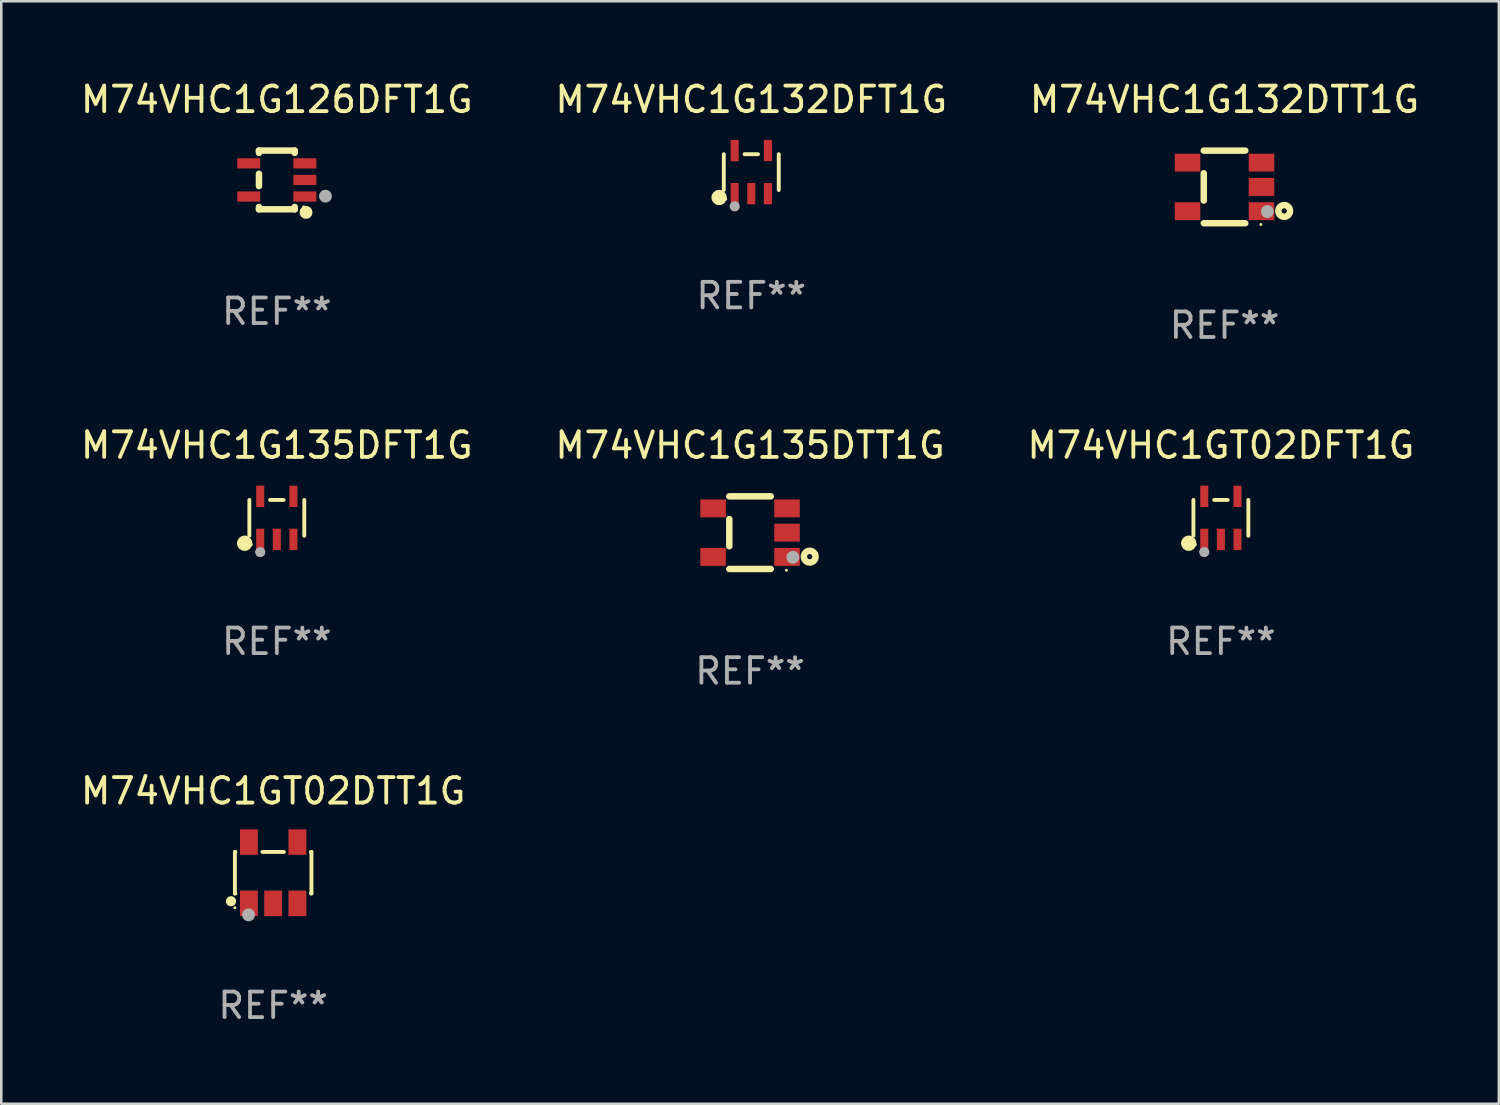
<source format=kicad_pcb>
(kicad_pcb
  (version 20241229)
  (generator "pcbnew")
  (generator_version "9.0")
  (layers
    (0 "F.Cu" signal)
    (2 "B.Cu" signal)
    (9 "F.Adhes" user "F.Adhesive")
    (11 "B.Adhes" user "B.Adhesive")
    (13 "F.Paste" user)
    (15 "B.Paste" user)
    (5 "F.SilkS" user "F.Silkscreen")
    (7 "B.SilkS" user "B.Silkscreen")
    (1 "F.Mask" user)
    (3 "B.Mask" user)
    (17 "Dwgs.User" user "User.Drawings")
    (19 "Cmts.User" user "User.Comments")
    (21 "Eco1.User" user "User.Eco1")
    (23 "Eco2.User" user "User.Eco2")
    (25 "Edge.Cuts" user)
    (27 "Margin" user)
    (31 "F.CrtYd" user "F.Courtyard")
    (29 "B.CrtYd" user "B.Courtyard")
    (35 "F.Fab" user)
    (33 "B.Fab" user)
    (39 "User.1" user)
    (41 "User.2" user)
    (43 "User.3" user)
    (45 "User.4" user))
  (footprint "M74VHC1G132DTT1G"
    (layer "F.Cu")
    (at 44.911 4.271)
    (property "Reference" "M74VHC1G132DTT1G" (at 0 -3.422 0) (layer "F.SilkS") (effects (font (size 1 1) (thickness 0.15))))
    (attr through_hole)
    (fp_line (start -0.813 -1.422) (end 0.812 -1.422) (stroke (width 0.254) (type solid)) (layer "F.SilkS"))
    (fp_line (start -0.813 0.533) (end -0.813 -0.533) (stroke (width 0.254) (type solid)) (layer "F.SilkS"))
    (fp_line (start 0.812 1.422) (end -0.813 1.422) (stroke (width 0.254) (type solid)) (layer "F.SilkS"))
    (fp_circle (center 1.423 1.473) (end 1.453 1.473) (stroke (width 0.06) (type solid)) (fill no) (layer "F.SilkS"))
    (fp_circle (center 2.337 0.94) (end 2.439 0.94) (stroke (width 0.254) (type solid)) (fill no) (layer "F.SilkS"))
    (fp_circle (center 1.677 0.965) (end 1.804 0.965) (stroke (width 0.254) (type solid)) (fill no) (layer "F.Fab"))
    (fp_text user "REF**" (at 0 5.422 0) (layer "F.Fab") (effects (font (size 1 1) (thickness 0.15))))
    (pad "1" smd rect (at 1.448 0.95 90) (size 0.7 1) (layers "F.Cu" "F.Mask" "F.Paste"))
    (pad "2" smd rect (at 1.448 0.000127 90) (size 0.7 1) (layers "F.Cu" "F.Mask" "F.Paste"))
    (pad "3" smd rect (at 1.448 -0.95 90) (size 0.7 1) (layers "F.Cu" "F.Mask" "F.Paste"))
    (pad "4" smd rect (at -1.448 -0.95 90) (size 0.7 1) (layers "F.Cu" "F.Mask" "F.Paste"))
    (pad "5" smd rect (at -1.448 0.95 90) (size 0.7 1) (layers "F.Cu" "F.Mask" "F.Paste")))
  (footprint "M74VHC1G126DFT1G"
    (layer "F.Cu")
    (at 7.792 3.998)
    (property "Reference" "M74VHC1G126DFT1G" (at 0 -3.15 0) (layer "F.SilkS") (effects (font (size 1 1) (thickness 0.15))))
    (attr through_hole)
    (fp_line (start -0.7 -1.15) (end 0.7 -1.15) (stroke (width 0.254) (type solid)) (layer "F.SilkS"))
    (fp_line (start -0.7 -1.058) (end -0.7 -1.15) (stroke (width 0.254) (type solid)) (layer "F.SilkS"))
    (fp_line (start -0.7 0.242) (end -0.7 -0.242) (stroke (width 0.254) (type solid)) (layer "F.SilkS"))
    (fp_line (start -0.7 1.15) (end -0.7 1.058) (stroke (width 0.254) (type solid)) (layer "F.SilkS"))
    (fp_line (start -0.7 1.15) (end 0.7 1.15) (stroke (width 0.254) (type solid)) (layer "F.SilkS"))
    (fp_line (start 0.7 -1.058) (end 0.7 -1.15) (stroke (width 0.254) (type solid)) (layer "F.SilkS"))
    (fp_line (start 0.7 1.15) (end 0.7 1.058) (stroke (width 0.254) (type solid)) (layer "F.SilkS"))
    (fp_circle (center 1.053 1.052) (end 1.083 1.052) (stroke (width 0.06) (type solid)) (fill no) (layer "F.SilkS"))
    (fp_circle (center 1.143 1.27) (end 1.27 1.27) (stroke (width 0.254) (type solid)) (fill no) (layer "F.SilkS"))
    (fp_circle (center 1.905 0.635) (end 2.032 0.635) (stroke (width 0.254) (type solid)) (fill no) (layer "F.Fab"))
    (fp_text user "REF**" (at 0 5.15 0) (layer "F.Fab") (effects (font (size 1 1) (thickness 0.15))))
    (pad "1" smd rect (at 1.1 0.65 90) (size 0.4 0.9) (layers "F.Cu" "F.Mask" "F.Paste"))
    (pad "2" smd rect (at 1.1 0.000076 90) (size 0.4 0.9) (layers "F.Cu" "F.Mask" "F.Paste"))
    (pad "3" smd rect (at 1.1 -0.65 90) (size 0.4 0.9) (layers "F.Cu" "F.Mask" "F.Paste"))
    (pad "4" smd rect (at -1.1 -0.65 90) (size 0.4 0.9) (layers "F.Cu" "F.Mask" "F.Paste"))
    (pad "5" smd rect (at -1.1 0.65 90) (size 0.4 0.9) (layers "F.Cu" "F.Mask" "F.Paste")))
  (footprint "M74VHC1GT02DFT1G"
    (layer "F.Cu")
    (at 44.768 17.232)
    (property "Reference" "M74VHC1GT02DFT1G" (at 0 -2.843 0) (layer "F.SilkS") (effects (font (size 1 1) (thickness 0.15))))
    (attr through_hole)
    (fp_line (start -1.076 0.701) (end -1.076 -0.701) (stroke (width 0.152) (type solid)) (layer "F.SilkS"))
    (fp_line (start 0.264 -0.701) (end -0.264 -0.701) (stroke (width 0.152) (type solid)) (layer "F.SilkS"))
    (fp_line (start 1.076 0.701) (end 1.076 -0.701) (stroke (width 0.152) (type solid)) (layer "F.SilkS"))
    (fp_circle (center -1.26 0.995) (end -1.11 0.995) (stroke (width 0.3) (type solid)) (fill no) (layer "F.SilkS"))
    (fp_circle (center -1 1.05) (end -0.97 1.05) (stroke (width 0.06) (type solid)) (fill no) (layer "F.SilkS"))
    (fp_circle (center -0.65 1.341) (end -0.55 1.341) (stroke (width 0.2) (type solid)) (fill no) (layer "F.Fab"))
    (fp_text user "REF**" (at 0 4.843 0) (layer "F.Fab") (effects (font (size 1 1) (thickness 0.15))))
    (pad "1" smd rect (at -0.65 0.843) (size 0.315 0.835) (layers "F.Cu" "F.Mask" "F.Paste"))
    (pad "2" smd rect (at 0.00014 0.843) (size 0.315 0.835) (layers "F.Cu" "F.Mask" "F.Paste"))
    (pad "3" smd rect (at 0.65 0.843) (size 0.315 0.835) (layers "F.Cu" "F.Mask" "F.Paste"))
    (pad "4" smd rect (at 0.65 -0.843) (size 0.315 0.835) (layers "F.Cu" "F.Mask" "F.Paste"))
    (pad "5" smd rect (at -0.65 -0.843) (size 0.315 0.835) (layers "F.Cu" "F.Mask" "F.Paste")))
  (footprint "M74VHC1G135DTT1G"
    (layer "F.Cu")
    (at 26.327 17.812)
    (property "Reference" "M74VHC1G135DTT1G" (at 0 -3.422 0) (layer "F.SilkS") (effects (font (size 1 1) (thickness 0.15))))
    (attr through_hole)
    (fp_line (start -0.813 -1.422) (end 0.812 -1.422) (stroke (width 0.254) (type solid)) (layer "F.SilkS"))
    (fp_line (start -0.813 0.533) (end -0.813 -0.533) (stroke (width 0.254) (type solid)) (layer "F.SilkS"))
    (fp_line (start 0.812 1.422) (end -0.813 1.422) (stroke (width 0.254) (type solid)) (layer "F.SilkS"))
    (fp_circle (center 1.423 1.473) (end 1.453 1.473) (stroke (width 0.06) (type solid)) (fill no) (layer "F.SilkS"))
    (fp_circle (center 2.337 0.94) (end 2.439 0.94) (stroke (width 0.254) (type solid)) (fill no) (layer "F.SilkS"))
    (fp_circle (center 1.677 0.965) (end 1.804 0.965) (stroke (width 0.254) (type solid)) (fill no) (layer "F.Fab"))
    (fp_text user "REF**" (at 0 5.422 0) (layer "F.Fab") (effects (font (size 1 1) (thickness 0.15))))
    (pad "1" smd rect (at 1.448 0.95 90) (size 0.7 1) (layers "F.Cu" "F.Mask" "F.Paste"))
    (pad "2" smd rect (at 1.448 0.000127 90) (size 0.7 1) (layers "F.Cu" "F.Mask" "F.Paste"))
    (pad "3" smd rect (at 1.448 -0.95 90) (size 0.7 1) (layers "F.Cu" "F.Mask" "F.Paste"))
    (pad "4" smd rect (at -1.448 -0.95 90) (size 0.7 1) (layers "F.Cu" "F.Mask" "F.Paste"))
    (pad "5" smd rect (at -1.448 0.95 90) (size 0.7 1) (layers "F.Cu" "F.Mask" "F.Paste")))
  (footprint "M74VHC1GT02DTT1G"
    (layer "F.Cu")
    (at 7.649 31.131)
    (property "Reference" "M74VHC1GT02DTT1G" (at 0 -3.2 0) (layer "F.SilkS") (effects (font (size 1 1) (thickness 0.15))))
    (attr through_hole)
    (fp_line (start -1.499 -0.813) (end -1.48 -0.813) (stroke (width 0.152) (type solid)) (layer "F.SilkS"))
    (fp_line (start -1.499 0.813) (end -1.499 -0.813) (stroke (width 0.152) (type solid)) (layer "F.SilkS"))
    (fp_line (start -1.48 0.813) (end -1.499 0.813) (stroke (width 0.152) (type solid)) (layer "F.SilkS"))
    (fp_line (start -0.42 -0.813) (end 0.42 -0.813) (stroke (width 0.152) (type solid)) (layer "F.SilkS"))
    (fp_line (start 1.48 -0.813) (end 1.499 -0.813) (stroke (width 0.152) (type solid)) (layer "F.SilkS"))
    (fp_line (start 1.499 -0.813) (end 1.499 0.813) (stroke (width 0.152) (type solid)) (layer "F.SilkS"))
    (fp_line (start 1.499 0.813) (end 1.48 0.813) (stroke (width 0.152) (type solid)) (layer "F.SilkS"))
    (fp_circle (center -1.651 1.118) (end -1.551 1.118) (stroke (width 0.2) (type solid)) (fill no) (layer "F.SilkS"))
    (fp_circle (center -1.5 1.375) (end -1.47 1.375) (stroke (width 0.06) (type solid)) (fill no) (layer "F.SilkS"))
    (fp_circle (center -0.965 1.651) (end -0.838 1.651) (stroke (width 0.254) (type solid)) (fill no) (layer "F.Fab"))
    (fp_text user "REF**" (at 0 5.2 0) (layer "F.Fab") (effects (font (size 1 1) (thickness 0.15))))
    (pad "1" smd rect (at -0.95 1.2) (size 0.7 1) (layers "F.Cu" "F.Mask" "F.Paste"))
    (pad "2" smd rect (at 0 1.2) (size 0.7 1) (layers "F.Cu" "F.Mask" "F.Paste"))
    (pad "3" smd rect (at 0.95 1.2) (size 0.7 1) (layers "F.Cu" "F.Mask" "F.Paste"))
    (pad "4" smd rect (at 0.95 -1.2) (size 0.7 1) (layers "F.Cu" "F.Mask" "F.Paste"))
    (pad "5" smd rect (at -0.95 -1.2) (size 0.7 1) (layers "F.Cu" "F.Mask" "F.Paste")))
  (footprint "M74VHC1G135DFT1G"
    (layer "F.Cu")
    (at 7.792 17.232)
    (property "Reference" "M74VHC1G135DFT1G" (at 0 -2.843 0) (layer "F.SilkS") (effects (font (size 1 1) (thickness 0.15))))
    (attr through_hole)
    (fp_line (start -1.076 0.701) (end -1.076 -0.701) (stroke (width 0.152) (type solid)) (layer "F.SilkS"))
    (fp_line (start 0.264 -0.701) (end -0.264 -0.701) (stroke (width 0.152) (type solid)) (layer "F.SilkS"))
    (fp_line (start 1.076 0.701) (end 1.076 -0.701) (stroke (width 0.152) (type solid)) (layer "F.SilkS"))
    (fp_circle (center -1.26 0.995) (end -1.11 0.995) (stroke (width 0.3) (type solid)) (fill no) (layer "F.SilkS"))
    (fp_circle (center -1 1.05) (end -0.97 1.05) (stroke (width 0.06) (type solid)) (fill no) (layer "F.SilkS"))
    (fp_circle (center -0.65 1.341) (end -0.55 1.341) (stroke (width 0.2) (type solid)) (fill no) (layer "F.Fab"))
    (fp_text user "REF**" (at 0 4.843 0) (layer "F.Fab") (effects (font (size 1 1) (thickness 0.15))))
    (pad "1" smd rect (at -0.65 0.843) (size 0.315 0.835) (layers "F.Cu" "F.Mask" "F.Paste"))
    (pad "2" smd rect (at 0.00014 0.843) (size 0.315 0.835) (layers "F.Cu" "F.Mask" "F.Paste"))
    (pad "3" smd rect (at 0.65 0.843) (size 0.315 0.835) (layers "F.Cu" "F.Mask" "F.Paste"))
    (pad "4" smd rect (at 0.65 -0.843) (size 0.315 0.835) (layers "F.Cu" "F.Mask" "F.Paste"))
    (pad "5" smd rect (at -0.65 -0.843) (size 0.315 0.835) (layers "F.Cu" "F.Mask" "F.Paste")))
  (footprint "M74VHC1G132DFT1G"
    (layer "F.Cu")
    (at 26.375 3.691)
    (property "Reference" "M74VHC1G132DFT1G" (at 0 -2.843 0) (layer "F.SilkS") (effects (font (size 1 1) (thickness 0.15))))
    (attr through_hole)
    (fp_line (start -1.076 0.701) (end -1.076 -0.701) (stroke (width 0.152) (type solid)) (layer "F.SilkS"))
    (fp_line (start 0.264 -0.701) (end -0.264 -0.701) (stroke (width 0.152) (type solid)) (layer "F.SilkS"))
    (fp_line (start 1.076 0.701) (end 1.076 -0.701) (stroke (width 0.152) (type solid)) (layer "F.SilkS"))
    (fp_circle (center -1.26 0.995) (end -1.11 0.995) (stroke (width 0.3) (type solid)) (fill no) (layer "F.SilkS"))
    (fp_circle (center -1 1.05) (end -0.97 1.05) (stroke (width 0.06) (type solid)) (fill no) (layer "F.SilkS"))
    (fp_circle (center -0.65 1.341) (end -0.55 1.341) (stroke (width 0.2) (type solid)) (fill no) (layer "F.Fab"))
    (fp_text user "REF**" (at 0 4.843 0) (layer "F.Fab") (effects (font (size 1 1) (thickness 0.15))))
    (pad "1" smd rect (at -0.65 0.843) (size 0.315 0.835) (layers "F.Cu" "F.Mask" "F.Paste"))
    (pad "2" smd rect (at 0.00014 0.843) (size 0.315 0.835) (layers "F.Cu" "F.Mask" "F.Paste"))
    (pad "3" smd rect (at 0.65 0.843) (size 0.315 0.835) (layers "F.Cu" "F.Mask" "F.Paste"))
    (pad "4" smd rect (at 0.65 -0.843) (size 0.315 0.835) (layers "F.Cu" "F.Mask" "F.Paste"))
    (pad "5" smd rect (at -0.65 -0.843) (size 0.315 0.835) (layers "F.Cu" "F.Mask" "F.Paste")))
  (gr_rect
    (start -3 -3)
    (end 55.655 40.179)
    (stroke (width 0.1) (type default))
    (fill no)
    (layer "Edge.Cuts")))
</source>
